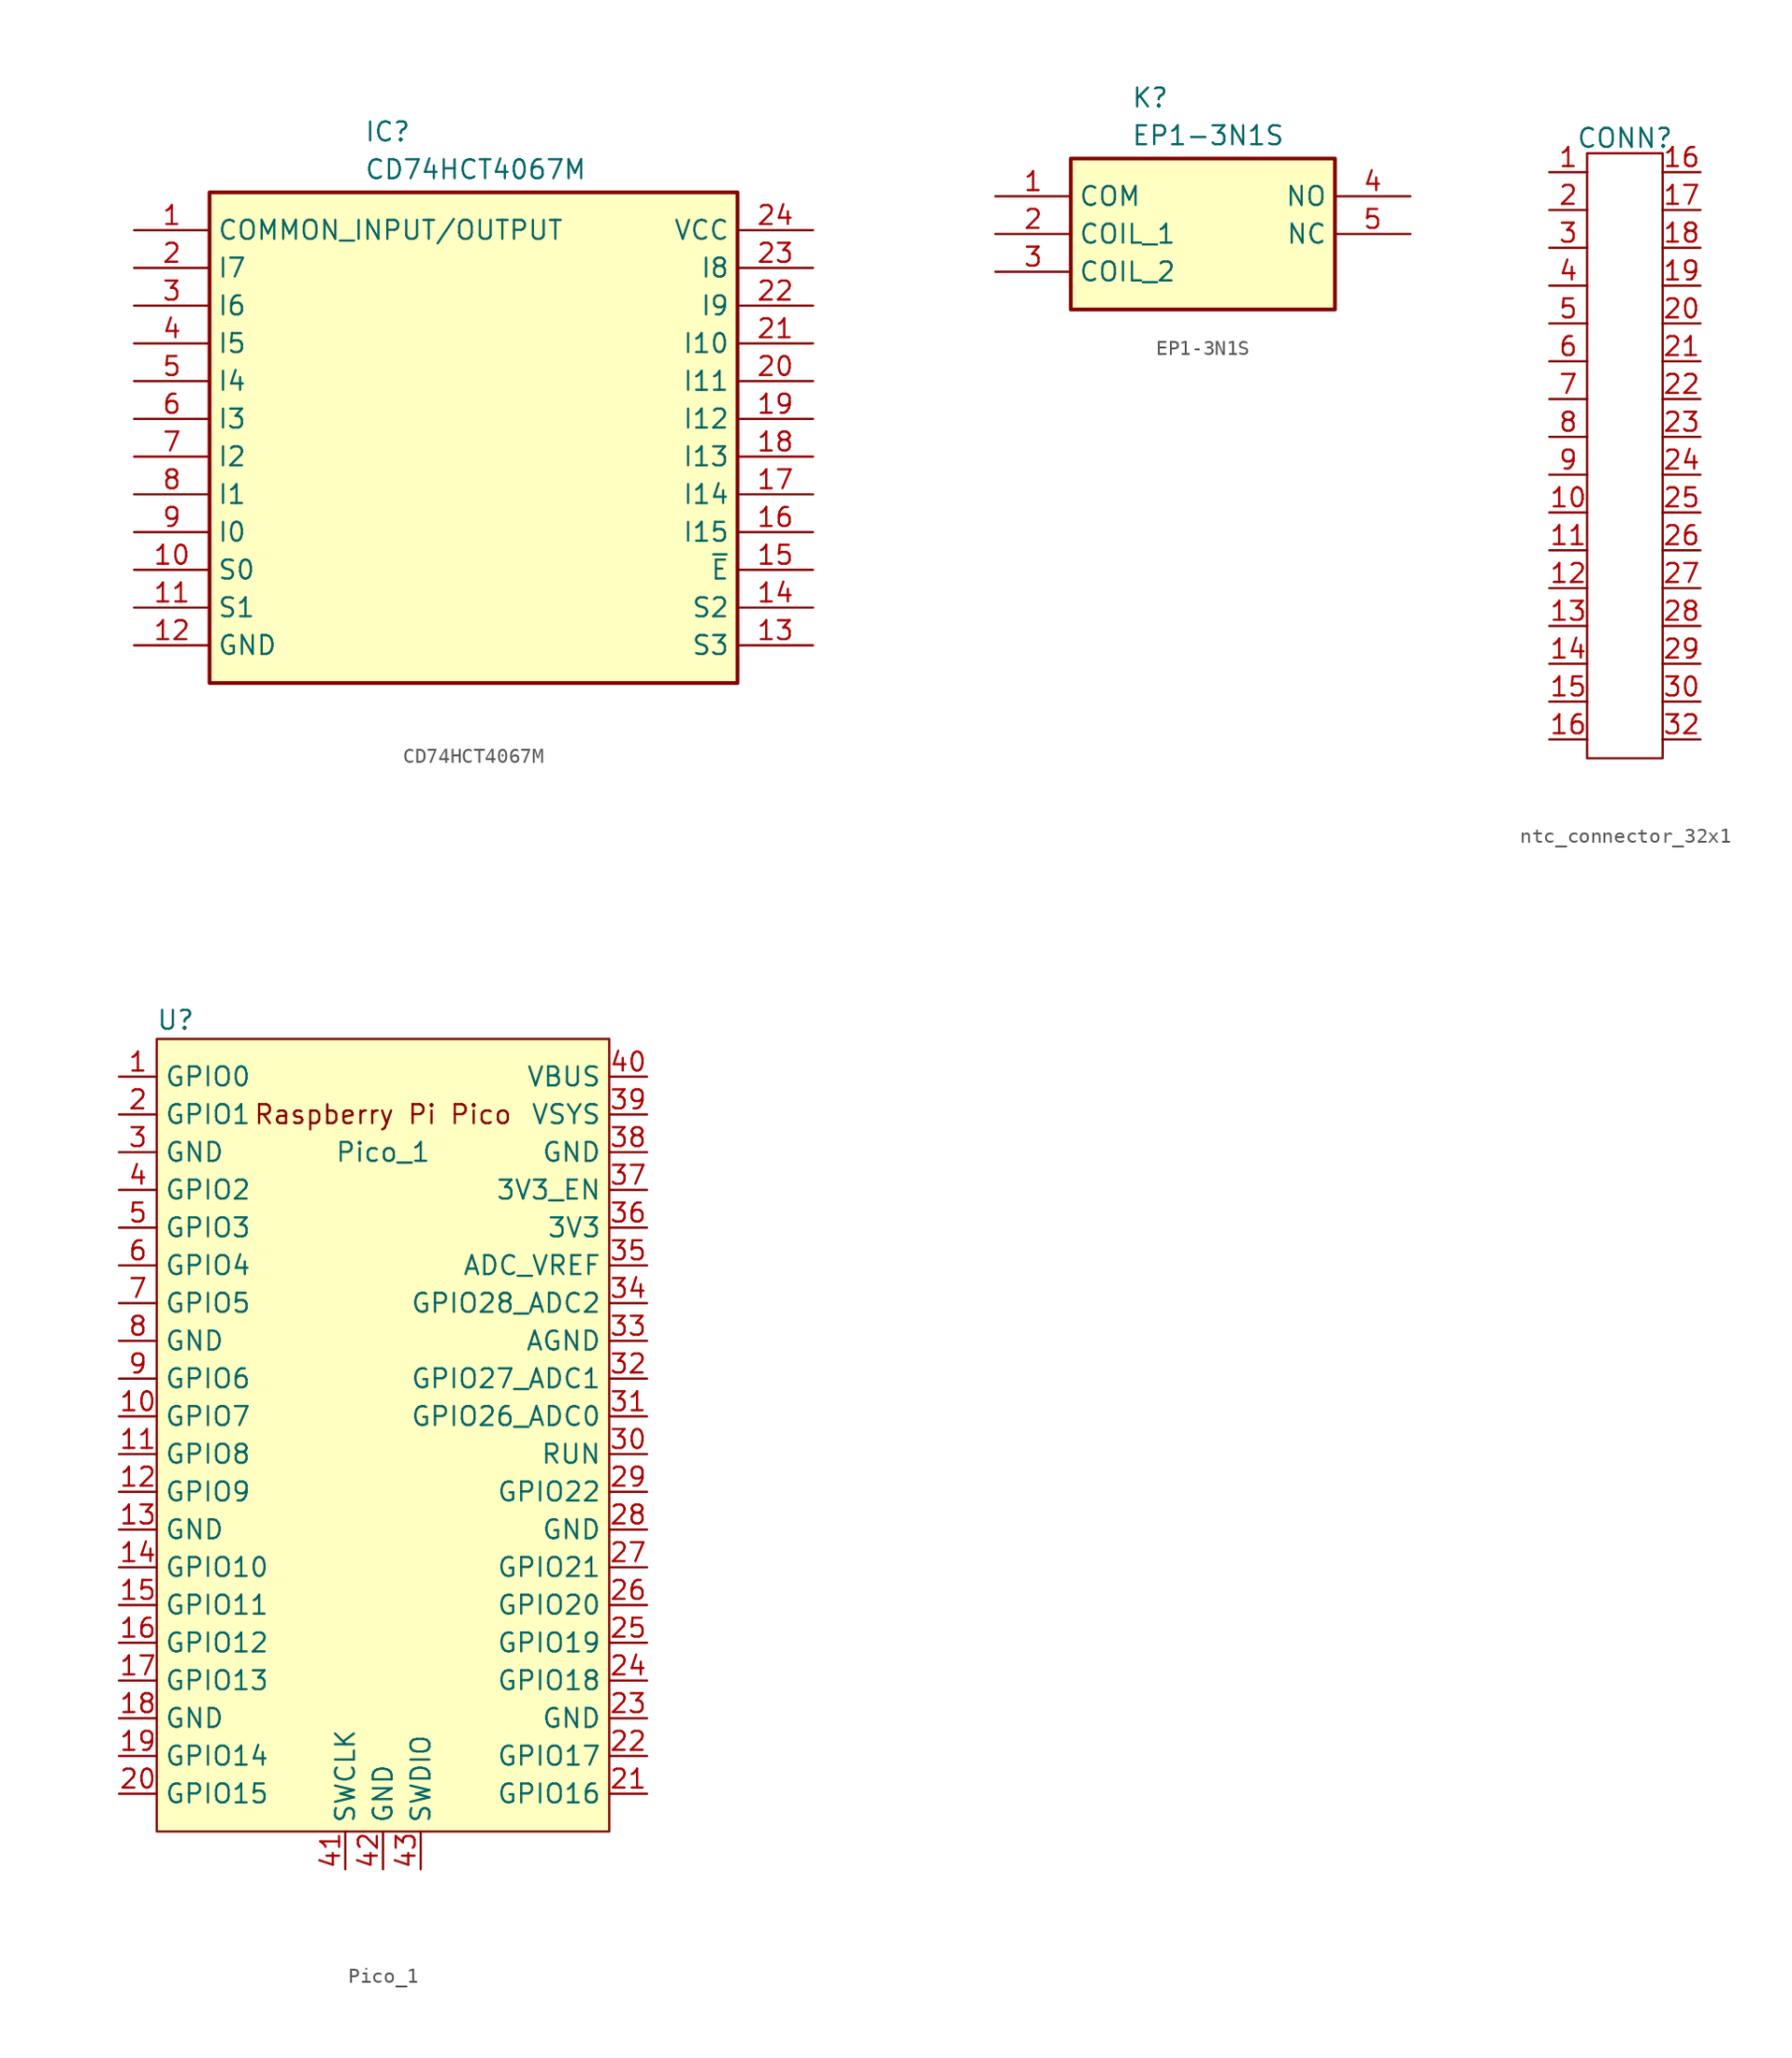
<source format=kicad_sym>
(kicad_symbol_lib
  (version 20241209)
  (generator "kicad_symbol_editor")
  (generator_version "9.0")
  (symbol "CD74HCT4067M"
    (property "Reference" "IC"
      (at 15.494 7.366 0)
      (effects (font (size 1.27 1.27)) (justify left top)))
    (property "Value" "CD74HCT4067M"
      (at 15.494 4.826 0)
      (effects (font (size 1.27 1.27)) (justify left top)))
    (symbol "CD74HCT4067M_1_1"
      (rectangle (start 5.08 2.54) (end 40.64 -30.48) (stroke (width 0.254) (type default)) (fill (type background)))
      (pin passive line (at 0 0 0) (length 5.08) (name "COMMON_INPUT/OUTPUT" (effects (font (size 1.27 1.27)))) (number "1" (effects (font (size 1.27 1.27)))))
      (pin passive line (at 0 -2.54 0) (length 5.08) (name "I7" (effects (font (size 1.27 1.27)))) (number "2" (effects (font (size 1.27 1.27)))))
      (pin passive line (at 0 -5.08 0) (length 5.08) (name "I6" (effects (font (size 1.27 1.27)))) (number "3" (effects (font (size 1.27 1.27)))))
      (pin passive line (at 0 -7.62 0) (length 5.08) (name "I5" (effects (font (size 1.27 1.27)))) (number "4" (effects (font (size 1.27 1.27)))))
      (pin passive line (at 0 -10.16 0) (length 5.08) (name "I4" (effects (font (size 1.27 1.27)))) (number "5" (effects (font (size 1.27 1.27)))))
      (pin passive line (at 0 -12.7 0) (length 5.08) (name "I3" (effects (font (size 1.27 1.27)))) (number "6" (effects (font (size 1.27 1.27)))))
      (pin passive line (at 0 -15.24 0) (length 5.08) (name "I2" (effects (font (size 1.27 1.27)))) (number "7" (effects (font (size 1.27 1.27)))))
      (pin passive line (at 0 -17.78 0) (length 5.08) (name "I1" (effects (font (size 1.27 1.27)))) (number "8" (effects (font (size 1.27 1.27)))))
      (pin passive line (at 0 -20.32 0) (length 5.08) (name "I0" (effects (font (size 1.27 1.27)))) (number "9" (effects (font (size 1.27 1.27)))))
      (pin passive line (at 0 -22.86 0) (length 5.08) (name "S0" (effects (font (size 1.27 1.27)))) (number "10" (effects (font (size 1.27 1.27)))))
      (pin passive line (at 0 -25.4 0) (length 5.08) (name "S1" (effects (font (size 1.27 1.27)))) (number "11" (effects (font (size 1.27 1.27)))))
      (pin passive line (at 0 -27.94 0) (length 5.08) (name "GND" (effects (font (size 1.27 1.27)))) (number "12" (effects (font (size 1.27 1.27)))))
      (pin passive line (at 45.72 0 180) (length 5.08) (name "VCC" (effects (font (size 1.27 1.27)))) (number "24" (effects (font (size 1.27 1.27)))))
      (pin passive line (at 45.72 -2.54 180) (length 5.08) (name "I8" (effects (font (size 1.27 1.27)))) (number "23" (effects (font (size 1.27 1.27)))))
      (pin passive line (at 45.72 -5.08 180) (length 5.08) (name "I9" (effects (font (size 1.27 1.27)))) (number "22" (effects (font (size 1.27 1.27)))))
      (pin passive line (at 45.72 -7.62 180) (length 5.08) (name "I10" (effects (font (size 1.27 1.27)))) (number "21" (effects (font (size 1.27 1.27)))))
      (pin passive line (at 45.72 -10.16 180) (length 5.08) (name "I11" (effects (font (size 1.27 1.27)))) (number "20" (effects (font (size 1.27 1.27)))))
      (pin passive line (at 45.72 -12.7 180) (length 5.08) (name "I12" (effects (font (size 1.27 1.27)))) (number "19" (effects (font (size 1.27 1.27)))))
      (pin passive line (at 45.72 -15.24 180) (length 5.08) (name "I13" (effects (font (size 1.27 1.27)))) (number "18" (effects (font (size 1.27 1.27)))))
      (pin passive line (at 45.72 -17.78 180) (length 5.08) (name "I14" (effects (font (size 1.27 1.27)))) (number "17" (effects (font (size 1.27 1.27)))))
      (pin passive line (at 45.72 -20.32 180) (length 5.08) (name "I15" (effects (font (size 1.27 1.27)))) (number "16" (effects (font (size 1.27 1.27)))))
      (pin passive line (at 45.72 -22.86 180) (length 5.08) (name "~{E}" (effects (font (size 1.27 1.27)))) (number "15" (effects (font (size 1.27 1.27)))))
      (pin passive line (at 45.72 -25.4 180) (length 5.08) (name "S2" (effects (font (size 1.27 1.27)))) (number "14" (effects (font (size 1.27 1.27)))))
      (pin passive line (at 45.72 -27.94 180) (length 5.08) (name "S3" (effects (font (size 1.27 1.27)))) (number "13" (effects (font (size 1.27 1.27)))))))
  (symbol "EP1-3N1S"
    (property "Reference" "K"
      (at 9.144 7.366 0)
      (effects (font (size 1.27 1.27)) (justify left top)))
    (property "Value" "EP1-3N1S"
      (at 9.144 4.826 0)
      (effects (font (size 1.27 1.27)) (justify left top)))
    (symbol "EP1-3N1S_1_1"
      (rectangle (start 5.08 2.54) (end 22.86 -7.62) (stroke (width 0.254) (type default)) (fill (type background)))
      (pin passive line (at 0 0 0) (length 5.08) (name "COM" (effects (font (size 1.27 1.27)))) (number "1" (effects (font (size 1.27 1.27)))))
      (pin passive line (at 0 -2.54 0) (length 5.08) (name "COIL_1" (effects (font (size 1.27 1.27)))) (number "2" (effects (font (size 1.27 1.27)))))
      (pin passive line (at 0 -5.08 0) (length 5.08) (name "COIL_2" (effects (font (size 1.27 1.27)))) (number "3" (effects (font (size 1.27 1.27)))))
      (pin passive line (at 27.94 0 180) (length 5.08) (name "NO" (effects (font (size 1.27 1.27)))) (number "4" (effects (font (size 1.27 1.27)))))
      (pin passive line (at 27.94 -2.54 180) (length 5.08) (name "NC" (effects (font (size 1.27 1.27)))) (number "5" (effects (font (size 1.27 1.27)))))))
  (symbol "ntc_connector_32x1"
    (property "Reference" "CONN"
      (at 0 20.066 0)
      (effects (font (size 1.27 1.27))))
    (property "Value" ""
      (at 0 0 0)
      (effects (font (size 1.27 1.27))))
    (symbol "ntc_connector_32x1_0_1"
      (rectangle (start -2.54 19.05) (end 2.54 -21.59) (stroke (width 0) (type default)) (fill (type none))))
    (symbol "ntc_connector_32x1_1_1"
      (pin passive line (at -5.08 17.78 0) (length 2.54) (name "" (effects (font (size 1.27 1.27)))) (number "1" (effects (font (size 1.27 1.27)))))
      (pin passive line (at -5.08 15.24 0) (length 2.54) (name "" (effects (font (size 1.27 1.27)))) (number "2" (effects (font (size 1.27 1.27)))))
      (pin passive line (at -5.08 12.7 0) (length 2.54) (name "" (effects (font (size 1.27 1.27)))) (number "3" (effects (font (size 1.27 1.27)))))
      (pin passive line (at -5.08 10.16 0) (length 2.54) (name "" (effects (font (size 1.27 1.27)))) (number "4" (effects (font (size 1.27 1.27)))))
      (pin passive line (at -5.08 7.62 0) (length 2.54) (name "" (effects (font (size 1.27 1.27)))) (number "5" (effects (font (size 1.27 1.27)))))
      (pin passive line (at -5.08 5.08 0) (length 2.54) (name "" (effects (font (size 1.27 1.27)))) (number "6" (effects (font (size 1.27 1.27)))))
      (pin passive line (at -5.08 2.54 0) (length 2.54) (name "" (effects (font (size 1.27 1.27)))) (number "7" (effects (font (size 1.27 1.27)))))
      (pin passive line (at -5.08 0 0) (length 2.54) (name "" (effects (font (size 1.27 1.27)))) (number "8" (effects (font (size 1.27 1.27)))))
      (pin passive line (at -5.08 -2.54 0) (length 2.54) (name "" (effects (font (size 1.27 1.27)))) (number "9" (effects (font (size 1.27 1.27)))))
      (pin passive line (at -5.08 -5.08 0) (length 2.54) (name "" (effects (font (size 1.27 1.27)))) (number "10" (effects (font (size 1.27 1.27)))))
      (pin passive line (at -5.08 -7.62 0) (length 2.54) (name "" (effects (font (size 1.27 1.27)))) (number "11" (effects (font (size 1.27 1.27)))))
      (pin passive line (at -5.08 -10.16 0) (length 2.54) (name "" (effects (font (size 1.27 1.27)))) (number "12" (effects (font (size 1.27 1.27)))))
      (pin passive line (at -5.08 -12.7 0) (length 2.54) (name "" (effects (font (size 1.27 1.27)))) (number "13" (effects (font (size 1.27 1.27)))))
      (pin passive line (at -5.08 -15.24 0) (length 2.54) (name "" (effects (font (size 1.27 1.27)))) (number "14" (effects (font (size 1.27 1.27)))))
      (pin passive line (at -5.08 -17.78 0) (length 2.54) (name "" (effects (font (size 1.27 1.27)))) (number "15" (effects (font (size 1.27 1.27)))))
      (pin passive line (at -5.08 -20.32 0) (length 2.54) (name "" (effects (font (size 1.27 1.27)))) (number "16" (effects (font (size 1.27 1.27)))))
      (pin passive line (at 5.08 17.78 180) (length 2.54) (name "" (effects (font (size 1.27 1.27)))) (number "16" (effects (font (size 1.27 1.27)))))
      (pin passive line (at 5.08 15.24 180) (length 2.54) (name "" (effects (font (size 1.27 1.27)))) (number "17" (effects (font (size 1.27 1.27)))))
      (pin passive line (at 5.08 12.7 180) (length 2.54) (name "" (effects (font (size 1.27 1.27)))) (number "18" (effects (font (size 1.27 1.27)))))
      (pin passive line (at 5.08 10.16 180) (length 2.54) (name "" (effects (font (size 1.27 1.27)))) (number "19" (effects (font (size 1.27 1.27)))))
      (pin passive line (at 5.08 7.62 180) (length 2.54) (name "" (effects (font (size 1.27 1.27)))) (number "20" (effects (font (size 1.27 1.27)))))
      (pin passive line (at 5.08 5.08 180) (length 2.54) (name "" (effects (font (size 1.27 1.27)))) (number "21" (effects (font (size 1.27 1.27)))))
      (pin passive line (at 5.08 2.54 180) (length 2.54) (name "" (effects (font (size 1.27 1.27)))) (number "22" (effects (font (size 1.27 1.27)))))
      (pin passive line (at 5.08 0 180) (length 2.54) (name "" (effects (font (size 1.27 1.27)))) (number "23" (effects (font (size 1.27 1.27)))))
      (pin passive line (at 5.08 -2.54 180) (length 2.54) (name "" (effects (font (size 1.27 1.27)))) (number "24" (effects (font (size 1.27 1.27)))))
      (pin passive line (at 5.08 -5.08 180) (length 2.54) (name "" (effects (font (size 1.27 1.27)))) (number "25" (effects (font (size 1.27 1.27)))))
      (pin passive line (at 5.08 -7.62 180) (length 2.54) (name "" (effects (font (size 1.27 1.27)))) (number "26" (effects (font (size 1.27 1.27)))))
      (pin passive line (at 5.08 -10.16 180) (length 2.54) (name "" (effects (font (size 1.27 1.27)))) (number "27" (effects (font (size 1.27 1.27)))))
      (pin passive line (at 5.08 -12.7 180) (length 2.54) (name "" (effects (font (size 1.27 1.27)))) (number "28" (effects (font (size 1.27 1.27)))))
      (pin passive line (at 5.08 -15.24 180) (length 2.54) (name "" (effects (font (size 1.27 1.27)))) (number "29" (effects (font (size 1.27 1.27)))))
      (pin passive line (at 5.08 -17.78 180) (length 2.54) (name "" (effects (font (size 1.27 1.27)))) (number "30" (effects (font (size 1.27 1.27)))))
      (pin passive line (at 5.08 -20.32 180) (length 2.54) (name "" (effects (font (size 1.27 1.27)))) (number "32" (effects (font (size 1.27 1.27)))))))
  (symbol "Pico_1"
    (property "Reference" "U"
      (at -13.97 27.94 0)
      (effects (font (size 1.27 1.27))))
    (property "Value" "Pico_1"
      (at 0 19.05 0)
      (effects (font (size 1.27 1.27))))
    (symbol "Pico_1_0_0"
      (text "Raspberry Pi Pico" (at 0 21.59 0) (effects (font (size 1.27 1.27)))))
    (symbol "Pico_1_0_1"
      (rectangle (start -15.24 26.67) (end 15.24 -26.67) (stroke (width 0) (type default)) (fill (type background))))
    (symbol "Pico_1_1_1"
      (pin bidirectional line (at -17.78 24.13 0) (length 2.54) (name "GPIO0" (effects (font (size 1.27 1.27)))) (number "1" (effects (font (size 1.27 1.27)))))
      (pin bidirectional line (at -17.78 21.59 0) (length 2.54) (name "GPIO1" (effects (font (size 1.27 1.27)))) (number "2" (effects (font (size 1.27 1.27)))))
      (pin power_in line (at -17.78 19.05 0) (length 2.54) (name "GND" (effects (font (size 1.27 1.27)))) (number "3" (effects (font (size 1.27 1.27)))))
      (pin bidirectional line (at -17.78 16.51 0) (length 2.54) (name "GPIO2" (effects (font (size 1.27 1.27)))) (number "4" (effects (font (size 1.27 1.27)))))
      (pin bidirectional line (at -17.78 13.97 0) (length 2.54) (name "GPIO3" (effects (font (size 1.27 1.27)))) (number "5" (effects (font (size 1.27 1.27)))))
      (pin bidirectional line (at -17.78 11.43 0) (length 2.54) (name "GPIO4" (effects (font (size 1.27 1.27)))) (number "6" (effects (font (size 1.27 1.27)))))
      (pin bidirectional line (at -17.78 8.89 0) (length 2.54) (name "GPIO5" (effects (font (size 1.27 1.27)))) (number "7" (effects (font (size 1.27 1.27)))))
      (pin power_in line (at -17.78 6.35 0) (length 2.54) (name "GND" (effects (font (size 1.27 1.27)))) (number "8" (effects (font (size 1.27 1.27)))))
      (pin bidirectional line (at -17.78 3.81 0) (length 2.54) (name "GPIO6" (effects (font (size 1.27 1.27)))) (number "9" (effects (font (size 1.27 1.27)))))
      (pin bidirectional line (at -17.78 1.27 0) (length 2.54) (name "GPIO7" (effects (font (size 1.27 1.27)))) (number "10" (effects (font (size 1.27 1.27)))))
      (pin bidirectional line (at -17.78 -1.27 0) (length 2.54) (name "GPIO8" (effects (font (size 1.27 1.27)))) (number "11" (effects (font (size 1.27 1.27)))))
      (pin bidirectional line (at -17.78 -3.81 0) (length 2.54) (name "GPIO9" (effects (font (size 1.27 1.27)))) (number "12" (effects (font (size 1.27 1.27)))))
      (pin power_in line (at -17.78 -6.35 0) (length 2.54) (name "GND" (effects (font (size 1.27 1.27)))) (number "13" (effects (font (size 1.27 1.27)))))
      (pin bidirectional line (at -17.78 -8.89 0) (length 2.54) (name "GPIO10" (effects (font (size 1.27 1.27)))) (number "14" (effects (font (size 1.27 1.27)))))
      (pin bidirectional line (at -17.78 -11.43 0) (length 2.54) (name "GPIO11" (effects (font (size 1.27 1.27)))) (number "15" (effects (font (size 1.27 1.27)))))
      (pin bidirectional line (at -17.78 -13.97 0) (length 2.54) (name "GPIO12" (effects (font (size 1.27 1.27)))) (number "16" (effects (font (size 1.27 1.27)))))
      (pin bidirectional line (at -17.78 -16.51 0) (length 2.54) (name "GPIO13" (effects (font (size 1.27 1.27)))) (number "17" (effects (font (size 1.27 1.27)))))
      (pin power_in line (at -17.78 -19.05 0) (length 2.54) (name "GND" (effects (font (size 1.27 1.27)))) (number "18" (effects (font (size 1.27 1.27)))))
      (pin bidirectional line (at -17.78 -21.59 0) (length 2.54) (name "GPIO14" (effects (font (size 1.27 1.27)))) (number "19" (effects (font (size 1.27 1.27)))))
      (pin bidirectional line (at -17.78 -24.13 0) (length 2.54) (name "GPIO15" (effects (font (size 1.27 1.27)))) (number "20" (effects (font (size 1.27 1.27)))))
      (pin input line (at -2.54 -29.21 90) (length 2.54) (name "SWCLK" (effects (font (size 1.27 1.27)))) (number "41" (effects (font (size 1.27 1.27)))))
      (pin power_in line (at 0 -29.21 90) (length 2.54) (name "GND" (effects (font (size 1.27 1.27)))) (number "42" (effects (font (size 1.27 1.27)))))
      (pin bidirectional line (at 2.54 -29.21 90) (length 2.54) (name "SWDIO" (effects (font (size 1.27 1.27)))) (number "43" (effects (font (size 1.27 1.27)))))
      (pin power_in line (at 17.78 24.13 180) (length 2.54) (name "VBUS" (effects (font (size 1.27 1.27)))) (number "40" (effects (font (size 1.27 1.27)))))
      (pin passive line (at 17.78 21.59 180) (length 2.54) (name "VSYS" (effects (font (size 1.27 1.27)))) (number "39" (effects (font (size 1.27 1.27)))))
      (pin bidirectional line (at 17.78 19.05 180) (length 2.54) (name "GND" (effects (font (size 1.27 1.27)))) (number "38" (effects (font (size 1.27 1.27)))))
      (pin input line (at 17.78 16.51 180) (length 2.54) (name "3V3_EN" (effects (font (size 1.27 1.27)))) (number "37" (effects (font (size 1.27 1.27)))))
      (pin passive line (at 17.78 13.97 180) (length 2.54) (name "3V3" (effects (font (size 1.27 1.27)))) (number "36" (effects (font (size 1.27 1.27)))))
      (pin power_in line (at 17.78 11.43 180) (length 2.54) (name "ADC_VREF" (effects (font (size 1.27 1.27)))) (number "35" (effects (font (size 1.27 1.27)))))
      (pin bidirectional line (at 17.78 8.89 180) (length 2.54) (name "GPIO28_ADC2" (effects (font (size 1.27 1.27)))) (number "34" (effects (font (size 1.27 1.27)))))
      (pin passive line (at 17.78 6.35 180) (length 2.54) (name "AGND" (effects (font (size 1.27 1.27)))) (number "33" (effects (font (size 1.27 1.27)))))
      (pin bidirectional line (at 17.78 3.81 180) (length 2.54) (name "GPIO27_ADC1" (effects (font (size 1.27 1.27)))) (number "32" (effects (font (size 1.27 1.27)))))
      (pin bidirectional line (at 17.78 1.27 180) (length 2.54) (name "GPIO26_ADC0" (effects (font (size 1.27 1.27)))) (number "31" (effects (font (size 1.27 1.27)))))
      (pin input line (at 17.78 -1.27 180) (length 2.54) (name "RUN" (effects (font (size 1.27 1.27)))) (number "30" (effects (font (size 1.27 1.27)))))
      (pin bidirectional line (at 17.78 -3.81 180) (length 2.54) (name "GPIO22" (effects (font (size 1.27 1.27)))) (number "29" (effects (font (size 1.27 1.27)))))
      (pin power_in line (at 17.78 -6.35 180) (length 2.54) (name "GND" (effects (font (size 1.27 1.27)))) (number "28" (effects (font (size 1.27 1.27)))))
      (pin bidirectional line (at 17.78 -8.89 180) (length 2.54) (name "GPIO21" (effects (font (size 1.27 1.27)))) (number "27" (effects (font (size 1.27 1.27)))))
      (pin bidirectional line (at 17.78 -11.43 180) (length 2.54) (name "GPIO20" (effects (font (size 1.27 1.27)))) (number "26" (effects (font (size 1.27 1.27)))))
      (pin bidirectional line (at 17.78 -13.97 180) (length 2.54) (name "GPIO19" (effects (font (size 1.27 1.27)))) (number "25" (effects (font (size 1.27 1.27)))))
      (pin bidirectional line (at 17.78 -16.51 180) (length 2.54) (name "GPIO18" (effects (font (size 1.27 1.27)))) (number "24" (effects (font (size 1.27 1.27)))))
      (pin power_in line (at 17.78 -19.05 180) (length 2.54) (name "GND" (effects (font (size 1.27 1.27)))) (number "23" (effects (font (size 1.27 1.27)))))
      (pin bidirectional line (at 17.78 -21.59 180) (length 2.54) (name "GPIO17" (effects (font (size 1.27 1.27)))) (number "22" (effects (font (size 1.27 1.27)))))
      (pin bidirectional line (at 17.78 -24.13 180) (length 2.54) (name "GPIO16" (effects (font (size 1.27 1.27)))) (number "21" (effects (font (size 1.27 1.27))))))))
</source>
